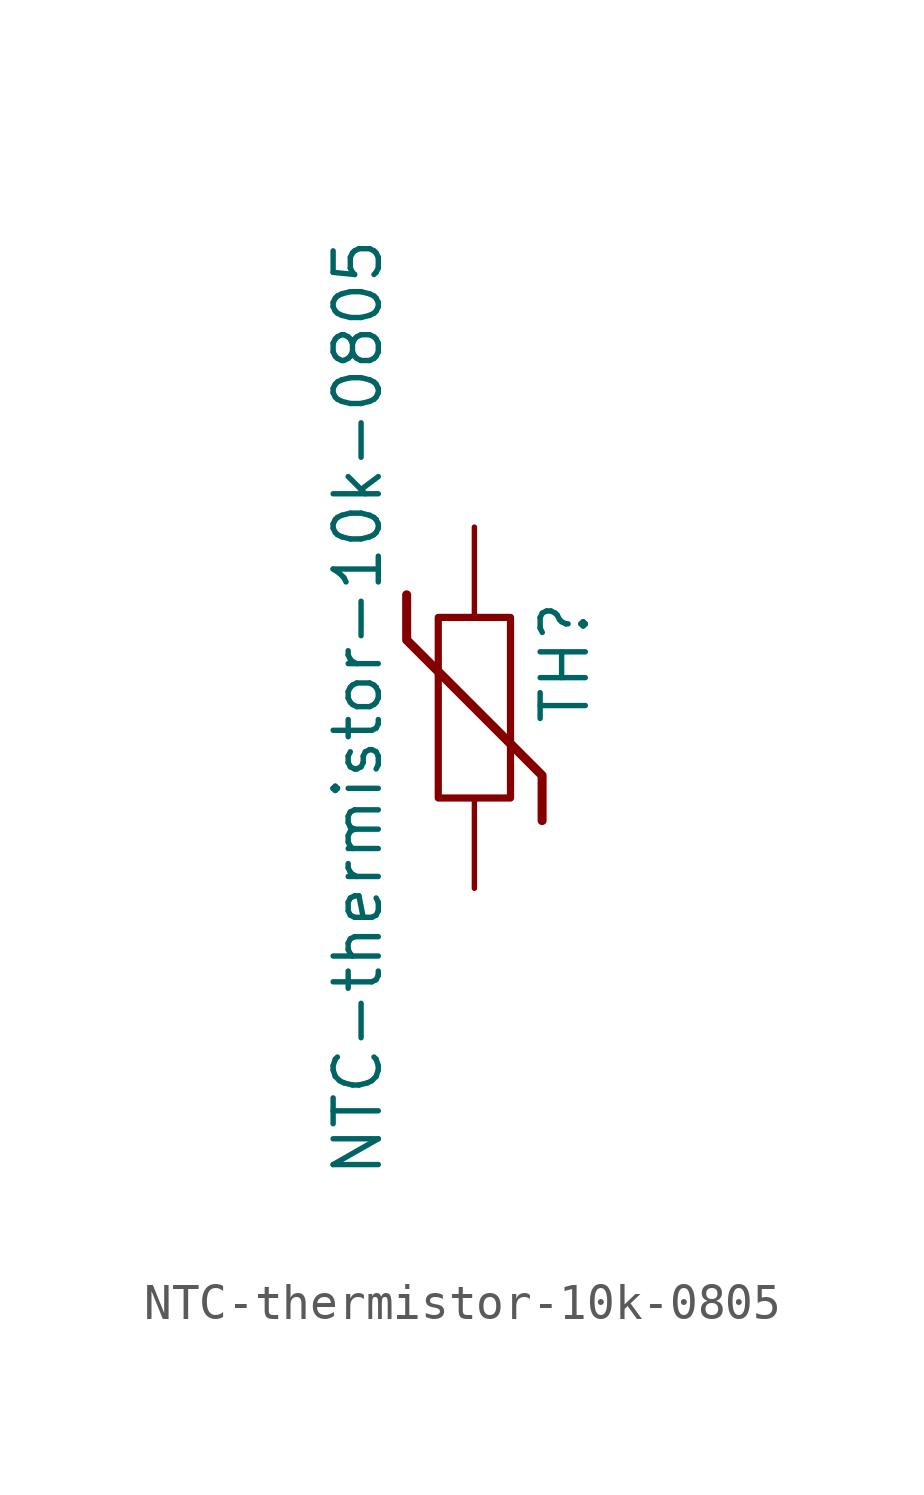
<source format=kicad_sym>
(kicad_symbol_lib
  (version 20220914)
  (generator kicad_symbol_editor)
  (symbol "NTC-thermistor-10k-0805"
    (pin_numbers hide)
    (pin_names
      (offset 0))
    (property "Reference" "TH"
      (at 2.54 1.27 90)
      (effects (font (size 1.27 1.27))))
    (property "Value" "NTC-thermistor-10k-0805"
      (at -2.54 0 90)
      (effects (font (size 1.27 1.27)) (justify bottom)))
    (symbol "NTC-thermistor-10k-0805_0_1"
      (rectangle (start -1.016 2.54) (end 1.016 -2.54) (stroke (width 0.203) (type default)) (fill (type none)))
      (polyline (pts (xy -1.905 3.175) (xy -1.905 1.905) (xy 1.905 -1.905) (xy 1.905 -3.175) (xy 1.905 -3.175)) (stroke (width 0.254) (type default)) (fill (type none))))
    (symbol "NTC-thermistor-10k-0805_1_1"
      (pin passive line (at 0 5.08 270) (length 2.54) (name "~" (effects (font (size 1.27 1.27)))) (number "1" (effects (font (size 1.27 1.27)))))
      (pin passive line (at 0 -5.08 90) (length 2.54) (name "~" (effects (font (size 1.27 1.27)))) (number "2" (effects (font (size 1.27 1.27))))))))
</source>
